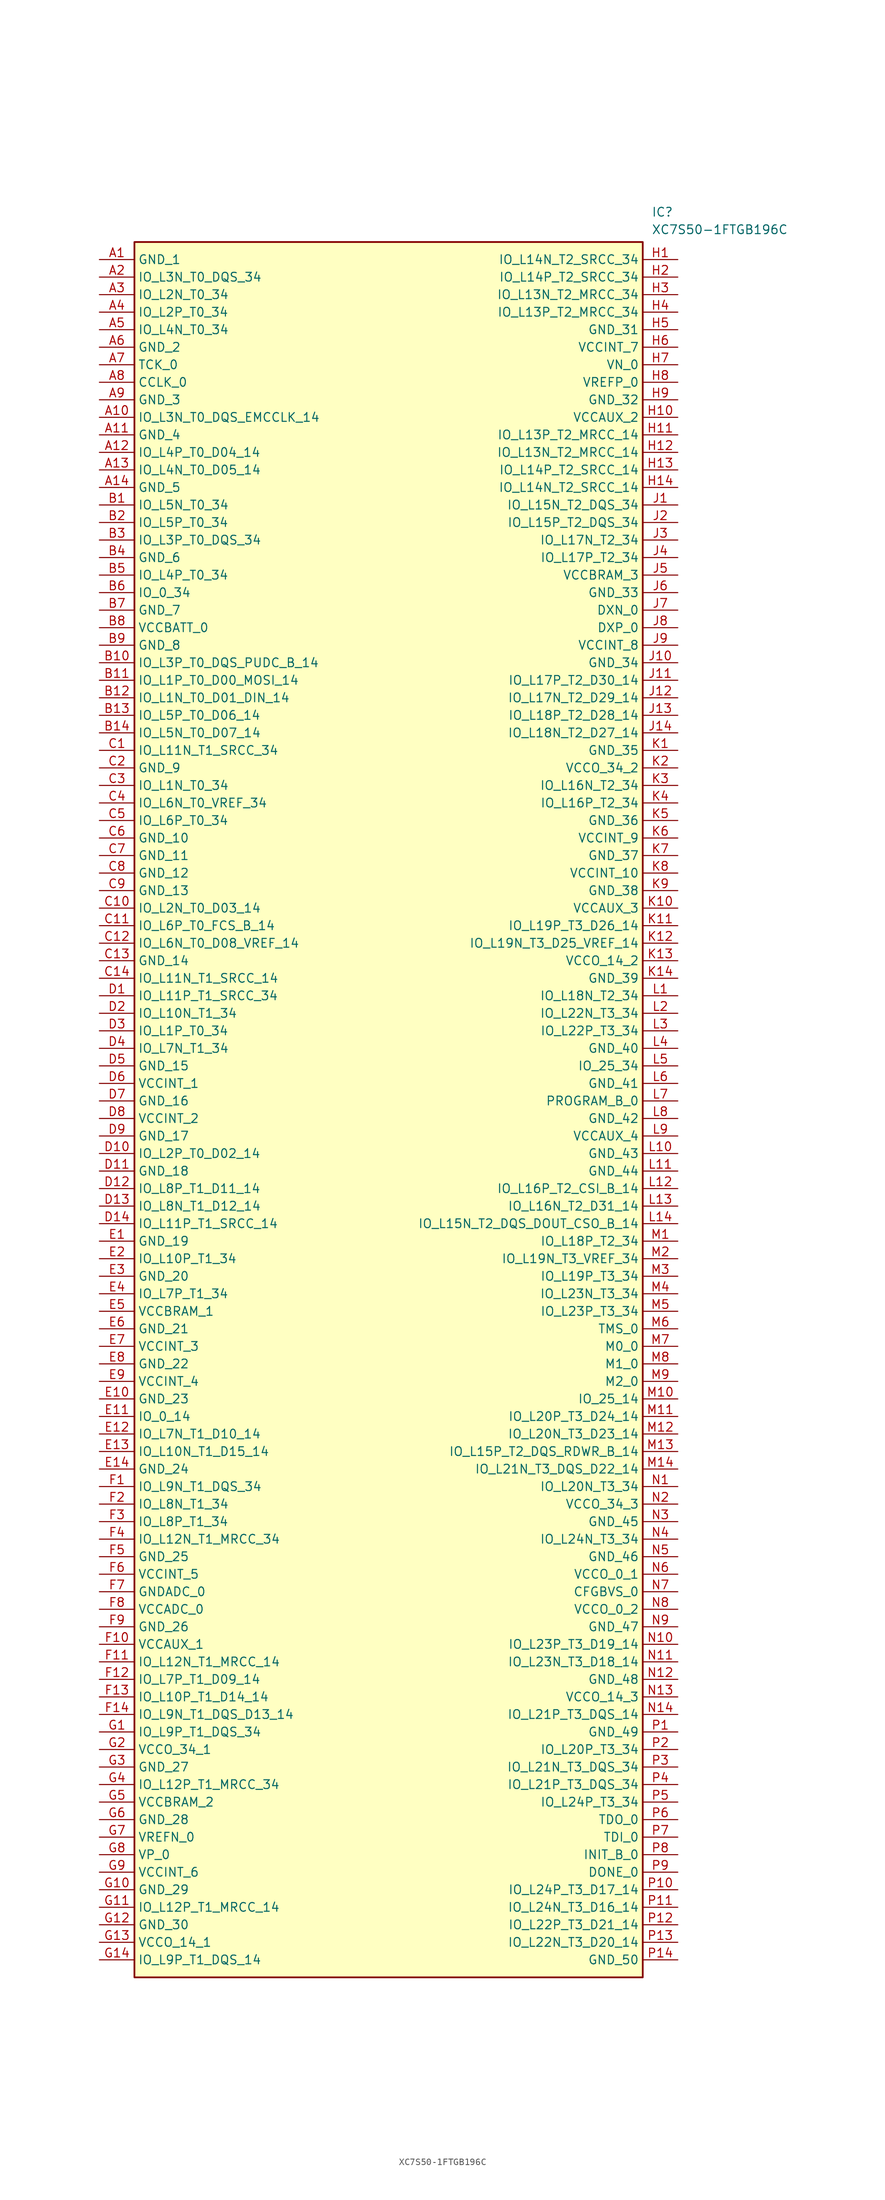
<source format=kicad_sym>
(kicad_symbol_lib
  (version 20211014)
  (generator SamacSys_ECAD_Model)
  (symbol "XC7S50-1FTGB196C"
    (property "Reference" "IC"
      (at 80.01 7.62 0)
      (effects (font (size 1.27 1.27)) (justify left top)))
    (property "Value" "XC7S50-1FTGB196C"
      (at 80.01 5.08 0)
      (effects (font (size 1.27 1.27)) (justify left top)))
    (rectangle
      (start 5.08 2.54)
      (end 78.74 -248.92)
      (stroke (width 0.254) (type default))
      (fill (type background)))
    (pin passive line
      (at 0 0 0)
      (length 5.08)
      (name "GND_1" (effects (font (size 1.27 1.27))))
      (number "A1" (effects (font (size 1.27 1.27)))))
    (pin passive line
      (at 0 -2.54 0)
      (length 5.08)
      (name "IO_L3N_T0_DQS_34" (effects (font (size 1.27 1.27))))
      (number "A2" (effects (font (size 1.27 1.27)))))
    (pin passive line
      (at 0 -5.08 0)
      (length 5.08)
      (name "IO_L2N_T0_34" (effects (font (size 1.27 1.27))))
      (number "A3" (effects (font (size 1.27 1.27)))))
    (pin passive line
      (at 0 -7.62 0)
      (length 5.08)
      (name "IO_L2P_T0_34" (effects (font (size 1.27 1.27))))
      (number "A4" (effects (font (size 1.27 1.27)))))
    (pin passive line
      (at 0 -10.16 0)
      (length 5.08)
      (name "IO_L4N_T0_34" (effects (font (size 1.27 1.27))))
      (number "A5" (effects (font (size 1.27 1.27)))))
    (pin passive line
      (at 0 -12.7 0)
      (length 5.08)
      (name "GND_2" (effects (font (size 1.27 1.27))))
      (number "A6" (effects (font (size 1.27 1.27)))))
    (pin passive line
      (at 0 -15.24 0)
      (length 5.08)
      (name "TCK_0" (effects (font (size 1.27 1.27))))
      (number "A7" (effects (font (size 1.27 1.27)))))
    (pin passive line
      (at 0 -17.78 0)
      (length 5.08)
      (name "CCLK_0" (effects (font (size 1.27 1.27))))
      (number "A8" (effects (font (size 1.27 1.27)))))
    (pin passive line
      (at 0 -20.32 0)
      (length 5.08)
      (name "GND_3" (effects (font (size 1.27 1.27))))
      (number "A9" (effects (font (size 1.27 1.27)))))
    (pin passive line
      (at 0 -22.86 0)
      (length 5.08)
      (name "IO_L3N_T0_DQS_EMCCLK_14" (effects (font (size 1.27 1.27))))
      (number "A10" (effects (font (size 1.27 1.27)))))
    (pin passive line
      (at 0 -25.4 0)
      (length 5.08)
      (name "GND_4" (effects (font (size 1.27 1.27))))
      (number "A11" (effects (font (size 1.27 1.27)))))
    (pin passive line
      (at 0 -27.94 0)
      (length 5.08)
      (name "IO_L4P_T0_D04_14" (effects (font (size 1.27 1.27))))
      (number "A12" (effects (font (size 1.27 1.27)))))
    (pin passive line
      (at 0 -30.48 0)
      (length 5.08)
      (name "IO_L4N_T0_D05_14" (effects (font (size 1.27 1.27))))
      (number "A13" (effects (font (size 1.27 1.27)))))
    (pin passive line
      (at 0 -33.02 0)
      (length 5.08)
      (name "GND_5" (effects (font (size 1.27 1.27))))
      (number "A14" (effects (font (size 1.27 1.27)))))
    (pin passive line
      (at 0 -35.56 0)
      (length 5.08)
      (name "IO_L5N_T0_34" (effects (font (size 1.27 1.27))))
      (number "B1" (effects (font (size 1.27 1.27)))))
    (pin passive line
      (at 0 -38.1 0)
      (length 5.08)
      (name "IO_L5P_T0_34" (effects (font (size 1.27 1.27))))
      (number "B2" (effects (font (size 1.27 1.27)))))
    (pin passive line
      (at 0 -40.64 0)
      (length 5.08)
      (name "IO_L3P_T0_DQS_34" (effects (font (size 1.27 1.27))))
      (number "B3" (effects (font (size 1.27 1.27)))))
    (pin passive line
      (at 0 -43.18 0)
      (length 5.08)
      (name "GND_6" (effects (font (size 1.27 1.27))))
      (number "B4" (effects (font (size 1.27 1.27)))))
    (pin passive line
      (at 0 -45.72 0)
      (length 5.08)
      (name "IO_L4P_T0_34" (effects (font (size 1.27 1.27))))
      (number "B5" (effects (font (size 1.27 1.27)))))
    (pin passive line
      (at 0 -48.26 0)
      (length 5.08)
      (name "IO_0_34" (effects (font (size 1.27 1.27))))
      (number "B6" (effects (font (size 1.27 1.27)))))
    (pin passive line
      (at 0 -50.8 0)
      (length 5.08)
      (name "GND_7" (effects (font (size 1.27 1.27))))
      (number "B7" (effects (font (size 1.27 1.27)))))
    (pin passive line
      (at 0 -53.34 0)
      (length 5.08)
      (name "VCCBATT_0" (effects (font (size 1.27 1.27))))
      (number "B8" (effects (font (size 1.27 1.27)))))
    (pin passive line
      (at 0 -55.88 0)
      (length 5.08)
      (name "GND_8" (effects (font (size 1.27 1.27))))
      (number "B9" (effects (font (size 1.27 1.27)))))
    (pin passive line
      (at 0 -58.42 0)
      (length 5.08)
      (name "IO_L3P_T0_DQS_PUDC_B_14" (effects (font (size 1.27 1.27))))
      (number "B10" (effects (font (size 1.27 1.27)))))
    (pin passive line
      (at 0 -60.96 0)
      (length 5.08)
      (name "IO_L1P_T0_D00_MOSI_14" (effects (font (size 1.27 1.27))))
      (number "B11" (effects (font (size 1.27 1.27)))))
    (pin passive line
      (at 0 -63.5 0)
      (length 5.08)
      (name "IO_L1N_T0_D01_DIN_14" (effects (font (size 1.27 1.27))))
      (number "B12" (effects (font (size 1.27 1.27)))))
    (pin passive line
      (at 0 -66.04 0)
      (length 5.08)
      (name "IO_L5P_T0_D06_14" (effects (font (size 1.27 1.27))))
      (number "B13" (effects (font (size 1.27 1.27)))))
    (pin passive line
      (at 0 -68.58 0)
      (length 5.08)
      (name "IO_L5N_T0_D07_14" (effects (font (size 1.27 1.27))))
      (number "B14" (effects (font (size 1.27 1.27)))))
    (pin passive line
      (at 0 -71.12 0)
      (length 5.08)
      (name "IO_L11N_T1_SRCC_34" (effects (font (size 1.27 1.27))))
      (number "C1" (effects (font (size 1.27 1.27)))))
    (pin passive line
      (at 0 -73.66 0)
      (length 5.08)
      (name "GND_9" (effects (font (size 1.27 1.27))))
      (number "C2" (effects (font (size 1.27 1.27)))))
    (pin passive line
      (at 0 -76.2 0)
      (length 5.08)
      (name "IO_L1N_T0_34" (effects (font (size 1.27 1.27))))
      (number "C3" (effects (font (size 1.27 1.27)))))
    (pin passive line
      (at 0 -78.74 0)
      (length 5.08)
      (name "IO_L6N_T0_VREF_34" (effects (font (size 1.27 1.27))))
      (number "C4" (effects (font (size 1.27 1.27)))))
    (pin passive line
      (at 0 -81.28 0)
      (length 5.08)
      (name "IO_L6P_T0_34" (effects (font (size 1.27 1.27))))
      (number "C5" (effects (font (size 1.27 1.27)))))
    (pin passive line
      (at 0 -83.82 0)
      (length 5.08)
      (name "GND_10" (effects (font (size 1.27 1.27))))
      (number "C6" (effects (font (size 1.27 1.27)))))
    (pin passive line
      (at 0 -86.36 0)
      (length 5.08)
      (name "GND_11" (effects (font (size 1.27 1.27))))
      (number "C7" (effects (font (size 1.27 1.27)))))
    (pin passive line
      (at 0 -88.9 0)
      (length 5.08)
      (name "GND_12" (effects (font (size 1.27 1.27))))
      (number "C8" (effects (font (size 1.27 1.27)))))
    (pin passive line
      (at 0 -91.44 0)
      (length 5.08)
      (name "GND_13" (effects (font (size 1.27 1.27))))
      (number "C9" (effects (font (size 1.27 1.27)))))
    (pin passive line
      (at 0 -93.98 0)
      (length 5.08)
      (name "IO_L2N_T0_D03_14" (effects (font (size 1.27 1.27))))
      (number "C10" (effects (font (size 1.27 1.27)))))
    (pin passive line
      (at 0 -96.52 0)
      (length 5.08)
      (name "IO_L6P_T0_FCS_B_14" (effects (font (size 1.27 1.27))))
      (number "C11" (effects (font (size 1.27 1.27)))))
    (pin passive line
      (at 0 -99.06 0)
      (length 5.08)
      (name "IO_L6N_T0_D08_VREF_14" (effects (font (size 1.27 1.27))))
      (number "C12" (effects (font (size 1.27 1.27)))))
    (pin passive line
      (at 0 -101.6 0)
      (length 5.08)
      (name "GND_14" (effects (font (size 1.27 1.27))))
      (number "C13" (effects (font (size 1.27 1.27)))))
    (pin passive line
      (at 0 -104.14 0)
      (length 5.08)
      (name "IO_L11N_T1_SRCC_14" (effects (font (size 1.27 1.27))))
      (number "C14" (effects (font (size 1.27 1.27)))))
    (pin passive line
      (at 0 -106.68 0)
      (length 5.08)
      (name "IO_L11P_T1_SRCC_34" (effects (font (size 1.27 1.27))))
      (number "D1" (effects (font (size 1.27 1.27)))))
    (pin passive line
      (at 0 -109.22 0)
      (length 5.08)
      (name "IO_L10N_T1_34" (effects (font (size 1.27 1.27))))
      (number "D2" (effects (font (size 1.27 1.27)))))
    (pin passive line
      (at 0 -111.76 0)
      (length 5.08)
      (name "IO_L1P_T0_34" (effects (font (size 1.27 1.27))))
      (number "D3" (effects (font (size 1.27 1.27)))))
    (pin passive line
      (at 0 -114.3 0)
      (length 5.08)
      (name "IO_L7N_T1_34" (effects (font (size 1.27 1.27))))
      (number "D4" (effects (font (size 1.27 1.27)))))
    (pin passive line
      (at 0 -116.84 0)
      (length 5.08)
      (name "GND_15" (effects (font (size 1.27 1.27))))
      (number "D5" (effects (font (size 1.27 1.27)))))
    (pin passive line
      (at 0 -119.38 0)
      (length 5.08)
      (name "VCCINT_1" (effects (font (size 1.27 1.27))))
      (number "D6" (effects (font (size 1.27 1.27)))))
    (pin passive line
      (at 0 -121.92 0)
      (length 5.08)
      (name "GND_16" (effects (font (size 1.27 1.27))))
      (number "D7" (effects (font (size 1.27 1.27)))))
    (pin passive line
      (at 0 -124.46 0)
      (length 5.08)
      (name "VCCINT_2" (effects (font (size 1.27 1.27))))
      (number "D8" (effects (font (size 1.27 1.27)))))
    (pin passive line
      (at 0 -127 0)
      (length 5.08)
      (name "GND_17" (effects (font (size 1.27 1.27))))
      (number "D9" (effects (font (size 1.27 1.27)))))
    (pin passive line
      (at 0 -129.54 0)
      (length 5.08)
      (name "IO_L2P_T0_D02_14" (effects (font (size 1.27 1.27))))
      (number "D10" (effects (font (size 1.27 1.27)))))
    (pin passive line
      (at 0 -132.08 0)
      (length 5.08)
      (name "GND_18" (effects (font (size 1.27 1.27))))
      (number "D11" (effects (font (size 1.27 1.27)))))
    (pin passive line
      (at 0 -134.62 0)
      (length 5.08)
      (name "IO_L8P_T1_D11_14" (effects (font (size 1.27 1.27))))
      (number "D12" (effects (font (size 1.27 1.27)))))
    (pin passive line
      (at 0 -137.16 0)
      (length 5.08)
      (name "IO_L8N_T1_D12_14" (effects (font (size 1.27 1.27))))
      (number "D13" (effects (font (size 1.27 1.27)))))
    (pin passive line
      (at 0 -139.7 0)
      (length 5.08)
      (name "IO_L11P_T1_SRCC_14" (effects (font (size 1.27 1.27))))
      (number "D14" (effects (font (size 1.27 1.27)))))
    (pin passive line
      (at 0 -142.24 0)
      (length 5.08)
      (name "GND_19" (effects (font (size 1.27 1.27))))
      (number "E1" (effects (font (size 1.27 1.27)))))
    (pin passive line
      (at 0 -144.78 0)
      (length 5.08)
      (name "IO_L10P_T1_34" (effects (font (size 1.27 1.27))))
      (number "E2" (effects (font (size 1.27 1.27)))))
    (pin passive line
      (at 0 -147.32 0)
      (length 5.08)
      (name "GND_20" (effects (font (size 1.27 1.27))))
      (number "E3" (effects (font (size 1.27 1.27)))))
    (pin passive line
      (at 0 -149.86 0)
      (length 5.08)
      (name "IO_L7P_T1_34" (effects (font (size 1.27 1.27))))
      (number "E4" (effects (font (size 1.27 1.27)))))
    (pin passive line
      (at 0 -152.4 0)
      (length 5.08)
      (name "VCCBRAM_1" (effects (font (size 1.27 1.27))))
      (number "E5" (effects (font (size 1.27 1.27)))))
    (pin passive line
      (at 0 -154.94 0)
      (length 5.08)
      (name "GND_21" (effects (font (size 1.27 1.27))))
      (number "E6" (effects (font (size 1.27 1.27)))))
    (pin passive line
      (at 0 -157.48 0)
      (length 5.08)
      (name "VCCINT_3" (effects (font (size 1.27 1.27))))
      (number "E7" (effects (font (size 1.27 1.27)))))
    (pin passive line
      (at 0 -160.02 0)
      (length 5.08)
      (name "GND_22" (effects (font (size 1.27 1.27))))
      (number "E8" (effects (font (size 1.27 1.27)))))
    (pin passive line
      (at 0 -162.56 0)
      (length 5.08)
      (name "VCCINT_4" (effects (font (size 1.27 1.27))))
      (number "E9" (effects (font (size 1.27 1.27)))))
    (pin passive line
      (at 0 -165.1 0)
      (length 5.08)
      (name "GND_23" (effects (font (size 1.27 1.27))))
      (number "E10" (effects (font (size 1.27 1.27)))))
    (pin passive line
      (at 0 -167.64 0)
      (length 5.08)
      (name "IO_0_14" (effects (font (size 1.27 1.27))))
      (number "E11" (effects (font (size 1.27 1.27)))))
    (pin passive line
      (at 0 -170.18 0)
      (length 5.08)
      (name "IO_L7N_T1_D10_14" (effects (font (size 1.27 1.27))))
      (number "E12" (effects (font (size 1.27 1.27)))))
    (pin passive line
      (at 0 -172.72 0)
      (length 5.08)
      (name "IO_L10N_T1_D15_14" (effects (font (size 1.27 1.27))))
      (number "E13" (effects (font (size 1.27 1.27)))))
    (pin passive line
      (at 0 -175.26 0)
      (length 5.08)
      (name "GND_24" (effects (font (size 1.27 1.27))))
      (number "E14" (effects (font (size 1.27 1.27)))))
    (pin passive line
      (at 0 -177.8 0)
      (length 5.08)
      (name "IO_L9N_T1_DQS_34" (effects (font (size 1.27 1.27))))
      (number "F1" (effects (font (size 1.27 1.27)))))
    (pin passive line
      (at 0 -180.34 0)
      (length 5.08)
      (name "IO_L8N_T1_34" (effects (font (size 1.27 1.27))))
      (number "F2" (effects (font (size 1.27 1.27)))))
    (pin passive line
      (at 0 -182.88 0)
      (length 5.08)
      (name "IO_L8P_T1_34" (effects (font (size 1.27 1.27))))
      (number "F3" (effects (font (size 1.27 1.27)))))
    (pin passive line
      (at 0 -185.42 0)
      (length 5.08)
      (name "IO_L12N_T1_MRCC_34" (effects (font (size 1.27 1.27))))
      (number "F4" (effects (font (size 1.27 1.27)))))
    (pin passive line
      (at 0 -187.96 0)
      (length 5.08)
      (name "GND_25" (effects (font (size 1.27 1.27))))
      (number "F5" (effects (font (size 1.27 1.27)))))
    (pin passive line
      (at 0 -190.5 0)
      (length 5.08)
      (name "VCCINT_5" (effects (font (size 1.27 1.27))))
      (number "F6" (effects (font (size 1.27 1.27)))))
    (pin passive line
      (at 0 -193.04 0)
      (length 5.08)
      (name "GNDADC_0" (effects (font (size 1.27 1.27))))
      (number "F7" (effects (font (size 1.27 1.27)))))
    (pin passive line
      (at 0 -195.58 0)
      (length 5.08)
      (name "VCCADC_0" (effects (font (size 1.27 1.27))))
      (number "F8" (effects (font (size 1.27 1.27)))))
    (pin passive line
      (at 0 -198.12 0)
      (length 5.08)
      (name "GND_26" (effects (font (size 1.27 1.27))))
      (number "F9" (effects (font (size 1.27 1.27)))))
    (pin passive line
      (at 0 -200.66 0)
      (length 5.08)
      (name "VCCAUX_1" (effects (font (size 1.27 1.27))))
      (number "F10" (effects (font (size 1.27 1.27)))))
    (pin passive line
      (at 0 -203.2 0)
      (length 5.08)
      (name "IO_L12N_T1_MRCC_14" (effects (font (size 1.27 1.27))))
      (number "F11" (effects (font (size 1.27 1.27)))))
    (pin passive line
      (at 0 -205.74 0)
      (length 5.08)
      (name "IO_L7P_T1_D09_14" (effects (font (size 1.27 1.27))))
      (number "F12" (effects (font (size 1.27 1.27)))))
    (pin passive line
      (at 0 -208.28 0)
      (length 5.08)
      (name "IO_L10P_T1_D14_14" (effects (font (size 1.27 1.27))))
      (number "F13" (effects (font (size 1.27 1.27)))))
    (pin passive line
      (at 0 -210.82 0)
      (length 5.08)
      (name "IO_L9N_T1_DQS_D13_14" (effects (font (size 1.27 1.27))))
      (number "F14" (effects (font (size 1.27 1.27)))))
    (pin passive line
      (at 0 -213.36 0)
      (length 5.08)
      (name "IO_L9P_T1_DQS_34" (effects (font (size 1.27 1.27))))
      (number "G1" (effects (font (size 1.27 1.27)))))
    (pin passive line
      (at 0 -215.9 0)
      (length 5.08)
      (name "VCCO_34_1" (effects (font (size 1.27 1.27))))
      (number "G2" (effects (font (size 1.27 1.27)))))
    (pin passive line
      (at 0 -218.44 0)
      (length 5.08)
      (name "GND_27" (effects (font (size 1.27 1.27))))
      (number "G3" (effects (font (size 1.27 1.27)))))
    (pin passive line
      (at 0 -220.98 0)
      (length 5.08)
      (name "IO_L12P_T1_MRCC_34" (effects (font (size 1.27 1.27))))
      (number "G4" (effects (font (size 1.27 1.27)))))
    (pin passive line
      (at 0 -223.52 0)
      (length 5.08)
      (name "VCCBRAM_2" (effects (font (size 1.27 1.27))))
      (number "G5" (effects (font (size 1.27 1.27)))))
    (pin passive line
      (at 0 -226.06 0)
      (length 5.08)
      (name "GND_28" (effects (font (size 1.27 1.27))))
      (number "G6" (effects (font (size 1.27 1.27)))))
    (pin passive line
      (at 0 -228.6 0)
      (length 5.08)
      (name "VREFN_0" (effects (font (size 1.27 1.27))))
      (number "G7" (effects (font (size 1.27 1.27)))))
    (pin passive line
      (at 0 -231.14 0)
      (length 5.08)
      (name "VP_0" (effects (font (size 1.27 1.27))))
      (number "G8" (effects (font (size 1.27 1.27)))))
    (pin passive line
      (at 0 -233.68 0)
      (length 5.08)
      (name "VCCINT_6" (effects (font (size 1.27 1.27))))
      (number "G9" (effects (font (size 1.27 1.27)))))
    (pin passive line
      (at 0 -236.22 0)
      (length 5.08)
      (name "GND_29" (effects (font (size 1.27 1.27))))
      (number "G10" (effects (font (size 1.27 1.27)))))
    (pin passive line
      (at 0 -238.76 0)
      (length 5.08)
      (name "IO_L12P_T1_MRCC_14" (effects (font (size 1.27 1.27))))
      (number "G11" (effects (font (size 1.27 1.27)))))
    (pin passive line
      (at 0 -241.3 0)
      (length 5.08)
      (name "GND_30" (effects (font (size 1.27 1.27))))
      (number "G12" (effects (font (size 1.27 1.27)))))
    (pin passive line
      (at 0 -243.84 0)
      (length 5.08)
      (name "VCCO_14_1" (effects (font (size 1.27 1.27))))
      (number "G13" (effects (font (size 1.27 1.27)))))
    (pin passive line
      (at 0 -246.38 0)
      (length 5.08)
      (name "IO_L9P_T1_DQS_14" (effects (font (size 1.27 1.27))))
      (number "G14" (effects (font (size 1.27 1.27)))))
    (pin passive line
      (at 83.82 0 180)
      (length 5.08)
      (name "IO_L14N_T2_SRCC_34" (effects (font (size 1.27 1.27))))
      (number "H1" (effects (font (size 1.27 1.27)))))
    (pin passive line
      (at 83.82 -2.54 180)
      (length 5.08)
      (name "IO_L14P_T2_SRCC_34" (effects (font (size 1.27 1.27))))
      (number "H2" (effects (font (size 1.27 1.27)))))
    (pin passive line
      (at 83.82 -5.08 180)
      (length 5.08)
      (name "IO_L13N_T2_MRCC_34" (effects (font (size 1.27 1.27))))
      (number "H3" (effects (font (size 1.27 1.27)))))
    (pin passive line
      (at 83.82 -7.62 180)
      (length 5.08)
      (name "IO_L13P_T2_MRCC_34" (effects (font (size 1.27 1.27))))
      (number "H4" (effects (font (size 1.27 1.27)))))
    (pin passive line
      (at 83.82 -10.16 180)
      (length 5.08)
      (name "GND_31" (effects (font (size 1.27 1.27))))
      (number "H5" (effects (font (size 1.27 1.27)))))
    (pin passive line
      (at 83.82 -12.7 180)
      (length 5.08)
      (name "VCCINT_7" (effects (font (size 1.27 1.27))))
      (number "H6" (effects (font (size 1.27 1.27)))))
    (pin passive line
      (at 83.82 -15.24 180)
      (length 5.08)
      (name "VN_0" (effects (font (size 1.27 1.27))))
      (number "H7" (effects (font (size 1.27 1.27)))))
    (pin passive line
      (at 83.82 -17.78 180)
      (length 5.08)
      (name "VREFP_0" (effects (font (size 1.27 1.27))))
      (number "H8" (effects (font (size 1.27 1.27)))))
    (pin passive line
      (at 83.82 -20.32 180)
      (length 5.08)
      (name "GND_32" (effects (font (size 1.27 1.27))))
      (number "H9" (effects (font (size 1.27 1.27)))))
    (pin passive line
      (at 83.82 -22.86 180)
      (length 5.08)
      (name "VCCAUX_2" (effects (font (size 1.27 1.27))))
      (number "H10" (effects (font (size 1.27 1.27)))))
    (pin passive line
      (at 83.82 -25.4 180)
      (length 5.08)
      (name "IO_L13P_T2_MRCC_14" (effects (font (size 1.27 1.27))))
      (number "H11" (effects (font (size 1.27 1.27)))))
    (pin passive line
      (at 83.82 -27.94 180)
      (length 5.08)
      (name "IO_L13N_T2_MRCC_14" (effects (font (size 1.27 1.27))))
      (number "H12" (effects (font (size 1.27 1.27)))))
    (pin passive line
      (at 83.82 -30.48 180)
      (length 5.08)
      (name "IO_L14P_T2_SRCC_14" (effects (font (size 1.27 1.27))))
      (number "H13" (effects (font (size 1.27 1.27)))))
    (pin passive line
      (at 83.82 -33.02 180)
      (length 5.08)
      (name "IO_L14N_T2_SRCC_14" (effects (font (size 1.27 1.27))))
      (number "H14" (effects (font (size 1.27 1.27)))))
    (pin passive line
      (at 83.82 -35.56 180)
      (length 5.08)
      (name "IO_L15N_T2_DQS_34" (effects (font (size 1.27 1.27))))
      (number "J1" (effects (font (size 1.27 1.27)))))
    (pin passive line
      (at 83.82 -38.1 180)
      (length 5.08)
      (name "IO_L15P_T2_DQS_34" (effects (font (size 1.27 1.27))))
      (number "J2" (effects (font (size 1.27 1.27)))))
    (pin passive line
      (at 83.82 -40.64 180)
      (length 5.08)
      (name "IO_L17N_T2_34" (effects (font (size 1.27 1.27))))
      (number "J3" (effects (font (size 1.27 1.27)))))
    (pin passive line
      (at 83.82 -43.18 180)
      (length 5.08)
      (name "IO_L17P_T2_34" (effects (font (size 1.27 1.27))))
      (number "J4" (effects (font (size 1.27 1.27)))))
    (pin passive line
      (at 83.82 -45.72 180)
      (length 5.08)
      (name "VCCBRAM_3" (effects (font (size 1.27 1.27))))
      (number "J5" (effects (font (size 1.27 1.27)))))
    (pin passive line
      (at 83.82 -48.26 180)
      (length 5.08)
      (name "GND_33" (effects (font (size 1.27 1.27))))
      (number "J6" (effects (font (size 1.27 1.27)))))
    (pin passive line
      (at 83.82 -50.8 180)
      (length 5.08)
      (name "DXN_0" (effects (font (size 1.27 1.27))))
      (number "J7" (effects (font (size 1.27 1.27)))))
    (pin passive line
      (at 83.82 -53.34 180)
      (length 5.08)
      (name "DXP_0" (effects (font (size 1.27 1.27))))
      (number "J8" (effects (font (size 1.27 1.27)))))
    (pin passive line
      (at 83.82 -55.88 180)
      (length 5.08)
      (name "VCCINT_8" (effects (font (size 1.27 1.27))))
      (number "J9" (effects (font (size 1.27 1.27)))))
    (pin passive line
      (at 83.82 -58.42 180)
      (length 5.08)
      (name "GND_34" (effects (font (size 1.27 1.27))))
      (number "J10" (effects (font (size 1.27 1.27)))))
    (pin passive line
      (at 83.82 -60.96 180)
      (length 5.08)
      (name "IO_L17P_T2_D30_14" (effects (font (size 1.27 1.27))))
      (number "J11" (effects (font (size 1.27 1.27)))))
    (pin passive line
      (at 83.82 -63.5 180)
      (length 5.08)
      (name "IO_L17N_T2_D29_14" (effects (font (size 1.27 1.27))))
      (number "J12" (effects (font (size 1.27 1.27)))))
    (pin passive line
      (at 83.82 -66.04 180)
      (length 5.08)
      (name "IO_L18P_T2_D28_14" (effects (font (size 1.27 1.27))))
      (number "J13" (effects (font (size 1.27 1.27)))))
    (pin passive line
      (at 83.82 -68.58 180)
      (length 5.08)
      (name "IO_L18N_T2_D27_14" (effects (font (size 1.27 1.27))))
      (number "J14" (effects (font (size 1.27 1.27)))))
    (pin passive line
      (at 83.82 -71.12 180)
      (length 5.08)
      (name "GND_35" (effects (font (size 1.27 1.27))))
      (number "K1" (effects (font (size 1.27 1.27)))))
    (pin passive line
      (at 83.82 -73.66 180)
      (length 5.08)
      (name "VCCO_34_2" (effects (font (size 1.27 1.27))))
      (number "K2" (effects (font (size 1.27 1.27)))))
    (pin passive line
      (at 83.82 -76.2 180)
      (length 5.08)
      (name "IO_L16N_T2_34" (effects (font (size 1.27 1.27))))
      (number "K3" (effects (font (size 1.27 1.27)))))
    (pin passive line
      (at 83.82 -78.74 180)
      (length 5.08)
      (name "IO_L16P_T2_34" (effects (font (size 1.27 1.27))))
      (number "K4" (effects (font (size 1.27 1.27)))))
    (pin passive line
      (at 83.82 -81.28 180)
      (length 5.08)
      (name "GND_36" (effects (font (size 1.27 1.27))))
      (number "K5" (effects (font (size 1.27 1.27)))))
    (pin passive line
      (at 83.82 -83.82 180)
      (length 5.08)
      (name "VCCINT_9" (effects (font (size 1.27 1.27))))
      (number "K6" (effects (font (size 1.27 1.27)))))
    (pin passive line
      (at 83.82 -86.36 180)
      (length 5.08)
      (name "GND_37" (effects (font (size 1.27 1.27))))
      (number "K7" (effects (font (size 1.27 1.27)))))
    (pin passive line
      (at 83.82 -88.9 180)
      (length 5.08)
      (name "VCCINT_10" (effects (font (size 1.27 1.27))))
      (number "K8" (effects (font (size 1.27 1.27)))))
    (pin passive line
      (at 83.82 -91.44 180)
      (length 5.08)
      (name "GND_38" (effects (font (size 1.27 1.27))))
      (number "K9" (effects (font (size 1.27 1.27)))))
    (pin passive line
      (at 83.82 -93.98 180)
      (length 5.08)
      (name "VCCAUX_3" (effects (font (size 1.27 1.27))))
      (number "K10" (effects (font (size 1.27 1.27)))))
    (pin passive line
      (at 83.82 -96.52 180)
      (length 5.08)
      (name "IO_L19P_T3_D26_14" (effects (font (size 1.27 1.27))))
      (number "K11" (effects (font (size 1.27 1.27)))))
    (pin passive line
      (at 83.82 -99.06 180)
      (length 5.08)
      (name "IO_L19N_T3_D25_VREF_14" (effects (font (size 1.27 1.27))))
      (number "K12" (effects (font (size 1.27 1.27)))))
    (pin passive line
      (at 83.82 -101.6 180)
      (length 5.08)
      (name "VCCO_14_2" (effects (font (size 1.27 1.27))))
      (number "K13" (effects (font (size 1.27 1.27)))))
    (pin passive line
      (at 83.82 -104.14 180)
      (length 5.08)
      (name "GND_39" (effects (font (size 1.27 1.27))))
      (number "K14" (effects (font (size 1.27 1.27)))))
    (pin passive line
      (at 83.82 -106.68 180)
      (length 5.08)
      (name "IO_L18N_T2_34" (effects (font (size 1.27 1.27))))
      (number "L1" (effects (font (size 1.27 1.27)))))
    (pin passive line
      (at 83.82 -109.22 180)
      (length 5.08)
      (name "IO_L22N_T3_34" (effects (font (size 1.27 1.27))))
      (number "L2" (effects (font (size 1.27 1.27)))))
    (pin passive line
      (at 83.82 -111.76 180)
      (length 5.08)
      (name "IO_L22P_T3_34" (effects (font (size 1.27 1.27))))
      (number "L3" (effects (font (size 1.27 1.27)))))
    (pin passive line
      (at 83.82 -114.3 180)
      (length 5.08)
      (name "GND_40" (effects (font (size 1.27 1.27))))
      (number "L4" (effects (font (size 1.27 1.27)))))
    (pin passive line
      (at 83.82 -116.84 180)
      (length 5.08)
      (name "IO_25_34" (effects (font (size 1.27 1.27))))
      (number "L5" (effects (font (size 1.27 1.27)))))
    (pin passive line
      (at 83.82 -119.38 180)
      (length 5.08)
      (name "GND_41" (effects (font (size 1.27 1.27))))
      (number "L6" (effects (font (size 1.27 1.27)))))
    (pin passive line
      (at 83.82 -121.92 180)
      (length 5.08)
      (name "PROGRAM_B_0" (effects (font (size 1.27 1.27))))
      (number "L7" (effects (font (size 1.27 1.27)))))
    (pin passive line
      (at 83.82 -124.46 180)
      (length 5.08)
      (name "GND_42" (effects (font (size 1.27 1.27))))
      (number "L8" (effects (font (size 1.27 1.27)))))
    (pin passive line
      (at 83.82 -127 180)
      (length 5.08)
      (name "VCCAUX_4" (effects (font (size 1.27 1.27))))
      (number "L9" (effects (font (size 1.27 1.27)))))
    (pin passive line
      (at 83.82 -129.54 180)
      (length 5.08)
      (name "GND_43" (effects (font (size 1.27 1.27))))
      (number "L10" (effects (font (size 1.27 1.27)))))
    (pin passive line
      (at 83.82 -132.08 180)
      (length 5.08)
      (name "GND_44" (effects (font (size 1.27 1.27))))
      (number "L11" (effects (font (size 1.27 1.27)))))
    (pin passive line
      (at 83.82 -134.62 180)
      (length 5.08)
      (name "IO_L16P_T2_CSI_B_14" (effects (font (size 1.27 1.27))))
      (number "L12" (effects (font (size 1.27 1.27)))))
    (pin passive line
      (at 83.82 -137.16 180)
      (length 5.08)
      (name "IO_L16N_T2_D31_14" (effects (font (size 1.27 1.27))))
      (number "L13" (effects (font (size 1.27 1.27)))))
    (pin passive line
      (at 83.82 -139.7 180)
      (length 5.08)
      (name "IO_L15N_T2_DQS_DOUT_CSO_B_14" (effects (font (size 1.27 1.27))))
      (number "L14" (effects (font (size 1.27 1.27)))))
    (pin passive line
      (at 83.82 -142.24 180)
      (length 5.08)
      (name "IO_L18P_T2_34" (effects (font (size 1.27 1.27))))
      (number "M1" (effects (font (size 1.27 1.27)))))
    (pin passive line
      (at 83.82 -144.78 180)
      (length 5.08)
      (name "IO_L19N_T3_VREF_34" (effects (font (size 1.27 1.27))))
      (number "M2" (effects (font (size 1.27 1.27)))))
    (pin passive line
      (at 83.82 -147.32 180)
      (length 5.08)
      (name "IO_L19P_T3_34" (effects (font (size 1.27 1.27))))
      (number "M3" (effects (font (size 1.27 1.27)))))
    (pin passive line
      (at 83.82 -149.86 180)
      (length 5.08)
      (name "IO_L23N_T3_34" (effects (font (size 1.27 1.27))))
      (number "M4" (effects (font (size 1.27 1.27)))))
    (pin passive line
      (at 83.82 -152.4 180)
      (length 5.08)
      (name "IO_L23P_T3_34" (effects (font (size 1.27 1.27))))
      (number "M5" (effects (font (size 1.27 1.27)))))
    (pin passive line
      (at 83.82 -154.94 180)
      (length 5.08)
      (name "TMS_0" (effects (font (size 1.27 1.27))))
      (number "M6" (effects (font (size 1.27 1.27)))))
    (pin passive line
      (at 83.82 -157.48 180)
      (length 5.08)
      (name "M0_0" (effects (font (size 1.27 1.27))))
      (number "M7" (effects (font (size 1.27 1.27)))))
    (pin passive line
      (at 83.82 -160.02 180)
      (length 5.08)
      (name "M1_0" (effects (font (size 1.27 1.27))))
      (number "M8" (effects (font (size 1.27 1.27)))))
    (pin passive line
      (at 83.82 -162.56 180)
      (length 5.08)
      (name "M2_0" (effects (font (size 1.27 1.27))))
      (number "M9" (effects (font (size 1.27 1.27)))))
    (pin passive line
      (at 83.82 -165.1 180)
      (length 5.08)
      (name "IO_25_14" (effects (font (size 1.27 1.27))))
      (number "M10" (effects (font (size 1.27 1.27)))))
    (pin passive line
      (at 83.82 -167.64 180)
      (length 5.08)
      (name "IO_L20P_T3_D24_14" (effects (font (size 1.27 1.27))))
      (number "M11" (effects (font (size 1.27 1.27)))))
    (pin passive line
      (at 83.82 -170.18 180)
      (length 5.08)
      (name "IO_L20N_T3_D23_14" (effects (font (size 1.27 1.27))))
      (number "M12" (effects (font (size 1.27 1.27)))))
    (pin passive line
      (at 83.82 -172.72 180)
      (length 5.08)
      (name "IO_L15P_T2_DQS_RDWR_B_14" (effects (font (size 1.27 1.27))))
      (number "M13" (effects (font (size 1.27 1.27)))))
    (pin passive line
      (at 83.82 -175.26 180)
      (length 5.08)
      (name "IO_L21N_T3_DQS_D22_14" (effects (font (size 1.27 1.27))))
      (number "M14" (effects (font (size 1.27 1.27)))))
    (pin passive line
      (at 83.82 -177.8 180)
      (length 5.08)
      (name "IO_L20N_T3_34" (effects (font (size 1.27 1.27))))
      (number "N1" (effects (font (size 1.27 1.27)))))
    (pin passive line
      (at 83.82 -180.34 180)
      (length 5.08)
      (name "VCCO_34_3" (effects (font (size 1.27 1.27))))
      (number "N2" (effects (font (size 1.27 1.27)))))
    (pin passive line
      (at 83.82 -182.88 180)
      (length 5.08)
      (name "GND_45" (effects (font (size 1.27 1.27))))
      (number "N3" (effects (font (size 1.27 1.27)))))
    (pin passive line
      (at 83.82 -185.42 180)
      (length 5.08)
      (name "IO_L24N_T3_34" (effects (font (size 1.27 1.27))))
      (number "N4" (effects (font (size 1.27 1.27)))))
    (pin passive line
      (at 83.82 -187.96 180)
      (length 5.08)
      (name "GND_46" (effects (font (size 1.27 1.27))))
      (number "N5" (effects (font (size 1.27 1.27)))))
    (pin passive line
      (at 83.82 -190.5 180)
      (length 5.08)
      (name "VCCO_0_1" (effects (font (size 1.27 1.27))))
      (number "N6" (effects (font (size 1.27 1.27)))))
    (pin passive line
      (at 83.82 -193.04 180)
      (length 5.08)
      (name "CFGBVS_0" (effects (font (size 1.27 1.27))))
      (number "N7" (effects (font (size 1.27 1.27)))))
    (pin passive line
      (at 83.82 -195.58 180)
      (length 5.08)
      (name "VCCO_0_2" (effects (font (size 1.27 1.27))))
      (number "N8" (effects (font (size 1.27 1.27)))))
    (pin passive line
      (at 83.82 -198.12 180)
      (length 5.08)
      (name "GND_47" (effects (font (size 1.27 1.27))))
      (number "N9" (effects (font (size 1.27 1.27)))))
    (pin passive line
      (at 83.82 -200.66 180)
      (length 5.08)
      (name "IO_L23P_T3_D19_14" (effects (font (size 1.27 1.27))))
      (number "N10" (effects (font (size 1.27 1.27)))))
    (pin passive line
      (at 83.82 -203.2 180)
      (length 5.08)
      (name "IO_L23N_T3_D18_14" (effects (font (size 1.27 1.27))))
      (number "N11" (effects (font (size 1.27 1.27)))))
    (pin passive line
      (at 83.82 -205.74 180)
      (length 5.08)
      (name "GND_48" (effects (font (size 1.27 1.27))))
      (number "N12" (effects (font (size 1.27 1.27)))))
    (pin passive line
      (at 83.82 -208.28 180)
      (length 5.08)
      (name "VCCO_14_3" (effects (font (size 1.27 1.27))))
      (number "N13" (effects (font (size 1.27 1.27)))))
    (pin passive line
      (at 83.82 -210.82 180)
      (length 5.08)
      (name "IO_L21P_T3_DQS_14" (effects (font (size 1.27 1.27))))
      (number "N14" (effects (font (size 1.27 1.27)))))
    (pin passive line
      (at 83.82 -213.36 180)
      (length 5.08)
      (name "GND_49" (effects (font (size 1.27 1.27))))
      (number "P1" (effects (font (size 1.27 1.27)))))
    (pin passive line
      (at 83.82 -215.9 180)
      (length 5.08)
      (name "IO_L20P_T3_34" (effects (font (size 1.27 1.27))))
      (number "P2" (effects (font (size 1.27 1.27)))))
    (pin passive line
      (at 83.82 -218.44 180)
      (length 5.08)
      (name "IO_L21N_T3_DQS_34" (effects (font (size 1.27 1.27))))
      (number "P3" (effects (font (size 1.27 1.27)))))
    (pin passive line
      (at 83.82 -220.98 180)
      (length 5.08)
      (name "IO_L21P_T3_DQS_34" (effects (font (size 1.27 1.27))))
      (number "P4" (effects (font (size 1.27 1.27)))))
    (pin passive line
      (at 83.82 -223.52 180)
      (length 5.08)
      (name "IO_L24P_T3_34" (effects (font (size 1.27 1.27))))
      (number "P5" (effects (font (size 1.27 1.27)))))
    (pin passive line
      (at 83.82 -226.06 180)
      (length 5.08)
      (name "TDO_0" (effects (font (size 1.27 1.27))))
      (number "P6" (effects (font (size 1.27 1.27)))))
    (pin passive line
      (at 83.82 -228.6 180)
      (length 5.08)
      (name "TDI_0" (effects (font (size 1.27 1.27))))
      (number "P7" (effects (font (size 1.27 1.27)))))
    (pin passive line
      (at 83.82 -231.14 180)
      (length 5.08)
      (name "INIT_B_0" (effects (font (size 1.27 1.27))))
      (number "P8" (effects (font (size 1.27 1.27)))))
    (pin passive line
      (at 83.82 -233.68 180)
      (length 5.08)
      (name "DONE_0" (effects (font (size 1.27 1.27))))
      (number "P9" (effects (font (size 1.27 1.27)))))
    (pin passive line
      (at 83.82 -236.22 180)
      (length 5.08)
      (name "IO_L24P_T3_D17_14" (effects (font (size 1.27 1.27))))
      (number "P10" (effects (font (size 1.27 1.27)))))
    (pin passive line
      (at 83.82 -238.76 180)
      (length 5.08)
      (name "IO_L24N_T3_D16_14" (effects (font (size 1.27 1.27))))
      (number "P11" (effects (font (size 1.27 1.27)))))
    (pin passive line
      (at 83.82 -241.3 180)
      (length 5.08)
      (name "IO_L22P_T3_D21_14" (effects (font (size 1.27 1.27))))
      (number "P12" (effects (font (size 1.27 1.27)))))
    (pin passive line
      (at 83.82 -243.84 180)
      (length 5.08)
      (name "IO_L22N_T3_D20_14" (effects (font (size 1.27 1.27))))
      (number "P13" (effects (font (size 1.27 1.27)))))
    (pin passive line
      (at 83.82 -246.38 180)
      (length 5.08)
      (name "GND_50" (effects (font (size 1.27 1.27))))
      (number "P14" (effects (font (size 1.27 1.27)))))))
</source>
